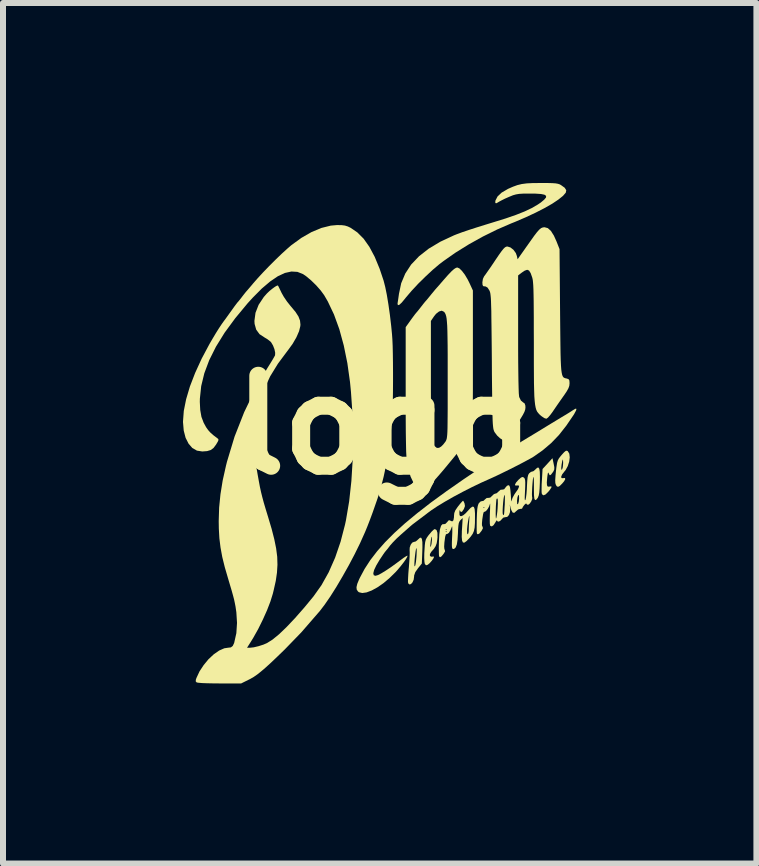
<source format=kicad_pcb>
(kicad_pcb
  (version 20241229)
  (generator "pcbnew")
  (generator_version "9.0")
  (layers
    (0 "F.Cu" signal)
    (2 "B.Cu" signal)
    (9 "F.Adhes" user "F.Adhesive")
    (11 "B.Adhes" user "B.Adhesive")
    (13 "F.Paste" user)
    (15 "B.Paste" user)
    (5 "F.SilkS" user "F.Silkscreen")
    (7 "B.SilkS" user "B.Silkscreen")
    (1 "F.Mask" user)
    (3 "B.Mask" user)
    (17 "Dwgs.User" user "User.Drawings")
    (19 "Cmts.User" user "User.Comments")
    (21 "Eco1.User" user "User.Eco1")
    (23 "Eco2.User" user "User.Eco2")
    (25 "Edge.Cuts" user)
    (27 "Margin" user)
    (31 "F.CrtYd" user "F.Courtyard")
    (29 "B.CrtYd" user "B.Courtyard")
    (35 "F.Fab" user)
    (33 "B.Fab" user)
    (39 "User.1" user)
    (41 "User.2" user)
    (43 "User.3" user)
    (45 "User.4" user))
  (footprint "logo"
    (layer "F.Cu")
    (at 3.326 4.034)
    (property "Reference" "logo" (at 0 0 0) (layer "F.SilkS") (effects (font (size 1.5 1.5) (thickness 0.3))))
    (attr board_only exclude_from_pos_files exclude_from_bom)
    (fp_poly (pts (xy 2.851 0.645) (xy 2.862 0.702) (xy 2.861 0.739) (xy 2.848 0.77) (xy 2.835 0.789) (xy 2.806 0.827) (xy 2.788 0.837) (xy 2.775 0.82) (xy 2.768 0.802) (xy 2.76 0.79) (xy 2.753 0.807) (xy 2.746 0.854) (xy 2.743 0.883) (xy 2.737 0.958) (xy 2.74 1.003) (xy 2.751 1.024) (xy 2.772 1.027) (xy 2.785 1.024) (xy 2.813 1.021) (xy 2.814 1.039) (xy 2.788 1.079) (xy 2.764 1.109) (xy 2.717 1.156) (xy 2.682 1.171) (xy 2.659 1.155) (xy 2.654 1.145) (xy 2.65 1.116) (xy 2.65 1.062) (xy 2.651 0.989) (xy 2.655 0.924) (xy 2.666 0.732) (xy 2.749 0.642) (xy 2.831 0.552)) (stroke (width 0) (type solid)) (fill yes) (layer "F.SilkS"))
    (fp_poly (pts (xy 3.087 0.436) (xy 3.112 0.477) (xy 3.119 0.538) (xy 3.11 0.61) (xy 3.086 0.684) (xy 3.05 0.75) (xy 3.03 0.774) (xy 2.994 0.82) (xy 2.977 0.858) (xy 2.98 0.882) (xy 3.005 0.886) (xy 3.011 0.884) (xy 3.04 0.882) (xy 3.044 0.902) (xy 3.025 0.937) (xy 2.992 0.976) (xy 2.951 1.016) (xy 2.923 1.03) (xy 2.901 1.018) (xy 2.888 0.996) (xy 2.879 0.967) (xy 2.877 0.918) (xy 2.882 0.844) (xy 2.889 0.772) (xy 2.896 0.709) (xy 2.978 0.709) (xy 2.979 0.742) (xy 2.988 0.743) (xy 2.993 0.735) (xy 3.003 0.702) (xy 3.008 0.651) (xy 3.009 0.63) (xy 3.007 0.585) (xy 3.004 0.572) (xy 2.998 0.588) (xy 2.993 0.604) (xy 2.983 0.662) (xy 2.978 0.709) (xy 2.896 0.709) (xy 2.899 0.689) (xy 2.908 0.631) (xy 2.92 0.59) (xy 2.938 0.556) (xy 2.964 0.522) (xy 2.984 0.498) (xy 3.026 0.452) (xy 3.053 0.43) (xy 3.072 0.427)) (stroke (width 0) (type solid)) (fill yes) (layer "F.SilkS"))
    (fp_poly (pts (xy 0.899 1.749) (xy 0.914 1.795) (xy 0.915 1.871) (xy 0.912 1.904) (xy 0.902 1.969) (xy 0.884 2.018) (xy 0.854 2.064) (xy 0.81 2.114) (xy 0.789 2.15) (xy 0.789 2.18) (xy 0.809 2.194) (xy 0.823 2.193) (xy 0.851 2.191) (xy 0.858 2.197) (xy 0.846 2.224) (xy 0.819 2.263) (xy 0.785 2.301) (xy 0.754 2.327) (xy 0.751 2.329) (xy 0.724 2.337) (xy 0.706 2.317) (xy 0.702 2.307) (xy 0.697 2.273) (xy 0.694 2.213) (xy 0.695 2.138) (xy 0.698 2.088) (xy 0.703 2.012) (xy 0.795 2.012) (xy 0.798 2.031) (xy 0.805 2.022) (xy 0.815 1.981) (xy 0.821 1.927) (xy 0.822 1.918) (xy 0.821 1.872) (xy 0.817 1.859) (xy 0.811 1.878) (xy 0.803 1.927) (xy 0.799 1.961) (xy 0.795 2.012) (xy 0.703 2.012) (xy 0.703 2.006) (xy 0.71 1.95) (xy 0.72 1.91) (xy 0.738 1.876) (xy 0.764 1.839) (xy 0.779 1.821) (xy 0.818 1.775) (xy 0.851 1.744) (xy 0.87 1.733)) (stroke (width 0) (type solid)) (fill yes) (layer "F.SilkS"))
    (fp_poly (pts (xy 0.655 1.899) (xy 0.663 1.95) (xy 0.664 2.033) (xy 0.662 2.107) (xy 0.654 2.308) (xy 0.59 2.387) (xy 0.545 2.451) (xy 0.526 2.506) (xy 0.525 2.524) (xy 0.518 2.577) (xy 0.499 2.621) (xy 0.474 2.649) (xy 0.449 2.657) (xy 0.428 2.639) (xy 0.426 2.633) (xy 0.423 2.606) (xy 0.425 2.551) (xy 0.429 2.477) (xy 0.436 2.39) (xy 0.438 2.372) (xy 0.443 2.305) (xy 0.53 2.305) (xy 0.531 2.347) (xy 0.538 2.355) (xy 0.539 2.354) (xy 0.547 2.33) (xy 0.556 2.28) (xy 0.563 2.212) (xy 0.566 2.171) (xy 0.569 2.098) (xy 0.567 2.058) (xy 0.563 2.05) (xy 0.556 2.07) (xy 0.548 2.118) (xy 0.539 2.192) (xy 0.535 2.233) (xy 0.53 2.305) (xy 0.443 2.305) (xy 0.445 2.281) (xy 0.45 2.199) (xy 0.452 2.133) (xy 0.451 2.093) (xy 0.45 2.09) (xy 0.452 2.042) (xy 0.468 1.995) (xy 0.493 1.96) (xy 0.522 1.947) (xy 0.525 1.947) (xy 0.554 1.939) (xy 0.587 1.911) (xy 0.59 1.908) (xy 0.62 1.88) (xy 0.641 1.876)) (stroke (width 0) (type solid)) (fill yes) (layer "F.SilkS"))
    (fp_poly (pts (xy 2.644 -4.034) (xy 2.75 -4.034) (xy 2.828 -4.032) (xy 2.883 -4.028) (xy 2.923 -4.021) (xy 2.953 -4.011) (xy 2.974 -3.999) (xy 3.035 -3.955) (xy 3.061 -3.914) (xy 3.053 -3.874) (xy 3.053 -3.873) (xy 3.007 -3.82) (xy 2.93 -3.758) (xy 2.827 -3.689) (xy 2.699 -3.616) (xy 2.551 -3.54) (xy 2.386 -3.463) (xy 2.207 -3.386) (xy 2.144 -3.361) (xy 1.911 -3.26) (xy 1.672 -3.142) (xy 1.438 -3.012) (xy 1.216 -2.874) (xy 1.016 -2.734) (xy 0.945 -2.68) (xy 0.834 -2.586) (xy 0.715 -2.475) (xy 0.595 -2.357) (xy 0.485 -2.239) (xy 0.392 -2.13) (xy 0.373 -2.106) (xy 0.319 -2.041) (xy 0.28 -2.005) (xy 0.256 -1.998) (xy 0.249 -2.021) (xy 0.252 -2.044) (xy 0.259 -2.089) (xy 0.268 -2.151) (xy 0.273 -2.187) (xy 0.31 -2.363) (xy 0.378 -2.525) (xy 0.476 -2.675) (xy 0.607 -2.813) (xy 0.769 -2.94) (xy 0.963 -3.056) (xy 1.19 -3.162) (xy 1.243 -3.183) (xy 1.327 -3.214) (xy 1.439 -3.252) (xy 1.572 -3.295) (xy 1.72 -3.341) (xy 1.847 -3.38) (xy 2.05 -3.443) (xy 2.223 -3.503) (xy 2.367 -3.56) (xy 2.487 -3.617) (xy 2.585 -3.674) (xy 2.638 -3.71) (xy 2.694 -3.757) (xy 2.724 -3.793) (xy 2.725 -3.82) (xy 2.698 -3.839) (xy 2.64 -3.851) (xy 2.55 -3.857) (xy 2.433 -3.858) (xy 2.342 -3.857) (xy 2.276 -3.853) (xy 2.223 -3.844) (xy 2.173 -3.83) (xy 2.117 -3.807) (xy 2.105 -3.802) (xy 2.039 -3.773) (xy 1.981 -3.744) (xy 1.942 -3.723) (xy 1.939 -3.721) (xy 1.898 -3.697) (xy 1.879 -3.7) (xy 1.879 -3.731) (xy 1.881 -3.742) (xy 1.916 -3.81) (xy 1.984 -3.874) (xy 2.085 -3.933) (xy 2.09 -3.936) (xy 2.172 -3.972) (xy 2.246 -3.999) (xy 2.32 -4.017) (xy 2.403 -4.028) (xy 2.504 -4.033) (xy 2.629 -4.034)) (stroke (width 0) (type solid)) (fill yes) (layer "F.SilkS"))
    (fp_poly (pts (xy 3.231 -0.27) (xy 3.224 -0.242) (xy 3.195 -0.188) (xy 3.185 -0.171) (xy 3.061 0.011) (xy 2.939 0.166) (xy 2.81 0.3) (xy 2.67 0.419) (xy 2.521 0.524) (xy 2.474 0.552) (xy 2.402 0.591) (xy 2.312 0.639) (xy 2.211 0.691) (xy 2.104 0.745) (xy 2 0.796) (xy 1.905 0.842) (xy 1.825 0.879) (xy 1.794 0.893) (xy 1.644 0.96) (xy 1.488 1.035) (xy 1.331 1.115) (xy 1.18 1.196) (xy 1.04 1.276) (xy 0.916 1.351) (xy 0.815 1.418) (xy 0.754 1.463) (xy 0.727 1.484) (xy 0.681 1.519) (xy 0.625 1.561) (xy 0.613 1.57) (xy 0.553 1.615) (xy 0.498 1.657) (xy 0.46 1.689) (xy 0.457 1.692) (xy 0.424 1.721) (xy 0.374 1.765) (xy 0.316 1.816) (xy 0.298 1.832) (xy 0.235 1.89) (xy 0.175 1.951) (xy 0.128 2.004) (xy 0.121 2.013) (xy 0.087 2.058) (xy 0.06 2.09) (xy 0.051 2.101) (xy 0.037 2.118) (xy 0.009 2.158) (xy -0.028 2.214) (xy -0.049 2.245) (xy -0.105 2.339) (xy -0.141 2.415) (xy -0.155 2.47) (xy -0.147 2.503) (xy -0.118 2.512) (xy -0.077 2.5) (xy -0.021 2.471) (xy 0.054 2.425) (xy 0.141 2.367) (xy 0.232 2.301) (xy 0.295 2.254) (xy 0.347 2.215) (xy 0.389 2.188) (xy 0.412 2.176) (xy 0.415 2.177) (xy 0.411 2.196) (xy 0.388 2.236) (xy 0.35 2.29) (xy 0.3 2.354) (xy 0.244 2.42) (xy 0.217 2.45) (xy 0.116 2.549) (xy 0.014 2.635) (xy -0.087 2.705) (xy -0.182 2.757) (xy -0.267 2.789) (xy -0.339 2.799) (xy -0.394 2.786) (xy -0.41 2.773) (xy -0.431 2.742) (xy -0.435 2.702) (xy -0.422 2.646) (xy -0.39 2.569) (xy -0.377 2.542) (xy -0.299 2.396) (xy -0.204 2.25) (xy -0.091 2.103) (xy 0.042 1.952) (xy 0.197 1.797) (xy 0.375 1.636) (xy 0.578 1.468) (xy 0.807 1.29) (xy 1.064 1.103) (xy 1.351 0.903) (xy 1.532 0.781) (xy 1.672 0.688) (xy 1.815 0.594) (xy 1.958 0.502) (xy 2.094 0.414) (xy 2.219 0.335) (xy 2.326 0.268) (xy 2.412 0.216) (xy 2.437 0.201) (xy 2.461 0.187) (xy 2.51 0.157) (xy 2.578 0.116) (xy 2.658 0.067) (xy 2.725 0.026) (xy 2.815 -0.029) (xy 2.901 -0.081) (xy 2.975 -0.126) (xy 3.03 -0.159) (xy 3.054 -0.173) (xy 3.109 -0.207) (xy 3.162 -0.241) (xy 3.174 -0.249) (xy 3.214 -0.273)) (stroke (width 0) (type solid)) (fill yes) (layer "F.SilkS"))
    (fp_poly (pts (xy 1.28 -2.611) (xy 1.323 -2.569) (xy 1.371 -2.506) (xy 1.418 -2.427) (xy 1.447 -2.369) (xy 1.505 -2.243) (xy 1.505 -1.068) (xy 1.505 -0.815) (xy 1.505 -0.596) (xy 1.504 -0.409) (xy 1.502 -0.252) (xy 1.5 -0.124) (xy 1.498 -0.022) (xy 1.495 0.054) (xy 1.492 0.107) (xy 1.488 0.137) (xy 1.485 0.145) (xy 1.458 0.187) (xy 1.413 0.251) (xy 1.351 0.332) (xy 1.278 0.425) (xy 1.198 0.526) (xy 1.113 0.629) (xy 1.028 0.732) (xy 0.947 0.827) (xy 0.872 0.912) (xy 0.809 0.981) (xy 0.798 0.993) (xy 0.745 1.045) (xy 0.705 1.073) (xy 0.67 1.084) (xy 0.657 1.085) (xy 0.613 1.078) (xy 0.586 1.063) (xy 0.519 0.969) (xy 0.467 0.86) (xy 0.427 0.728) (xy 0.411 0.65) (xy 0.405 0.615) (xy 0.4 0.571) (xy 0.397 0.515) (xy 0.393 0.443) (xy 0.391 0.355) (xy 0.389 0.246) (xy 0.387 0.114) (xy 0.386 -0.044) (xy 0.385 -0.229) (xy 0.385 -0.446) (xy 0.385 -0.558) (xy 0.385 -1.632) (xy 0.459 -1.735) (xy 0.805 -1.735) (xy 0.805 -0.799) (xy 0.805 -0.574) (xy 0.806 -0.382) (xy 0.807 -0.22) (xy 0.81 -0.084) (xy 0.813 0.027) (xy 0.817 0.117) (xy 0.822 0.189) (xy 0.829 0.244) (xy 0.838 0.285) (xy 0.848 0.317) (xy 0.86 0.34) (xy 0.871 0.354) (xy 0.905 0.381) (xy 0.941 0.379) (xy 0.975 0.359) (xy 1.009 0.326) (xy 1.044 0.281) (xy 1.049 0.274) (xy 1.057 0.26) (xy 1.063 0.245) (xy 1.069 0.226) (xy 1.073 0.2) (xy 1.077 0.164) (xy 1.08 0.115) (xy 1.082 0.05) (xy 1.083 -0.034) (xy 1.084 -0.139) (xy 1.085 -0.268) (xy 1.085 -0.425) (xy 1.085 -0.611) (xy 1.085 -0.765) (xy 1.085 -0.985) (xy 1.085 -1.173) (xy 1.084 -1.331) (xy 1.082 -1.462) (xy 1.08 -1.569) (xy 1.077 -1.655) (xy 1.072 -1.723) (xy 1.067 -1.775) (xy 1.06 -1.814) (xy 1.051 -1.843) (xy 1.041 -1.865) (xy 1.029 -1.882) (xy 1.023 -1.888) (xy 0.986 -1.906) (xy 0.941 -1.893) (xy 0.891 -1.854) (xy 0.858 -1.813) (xy 0.805 -1.735) (xy 0.459 -1.735) (xy 0.464 -1.743) (xy 0.505 -1.799) (xy 0.54 -1.846) (xy 0.563 -1.874) (xy 0.565 -1.876) (xy 0.588 -1.903) (xy 0.622 -1.946) (xy 0.647 -1.978) (xy 0.682 -2.023) (xy 0.708 -2.055) (xy 0.718 -2.066) (xy 0.733 -2.083) (xy 0.763 -2.119) (xy 0.803 -2.168) (xy 0.805 -2.171) (xy 0.845 -2.219) (xy 0.876 -2.257) (xy 0.892 -2.275) (xy 0.893 -2.276) (xy 0.907 -2.292) (xy 0.939 -2.328) (xy 0.983 -2.379) (xy 1.015 -2.416) (xy 1.09 -2.501) (xy 1.147 -2.561) (xy 1.191 -2.6) (xy 1.223 -2.62) (xy 1.245 -2.626)) (stroke (width 0) (type solid)) (fill yes) (layer "F.SilkS"))
    (fp_poly (pts (xy 1.352 1.275) (xy 1.366 1.306) (xy 1.373 1.35) (xy 1.356 1.396) (xy 1.353 1.402) (xy 1.325 1.442) (xy 1.305 1.45) (xy 1.291 1.426) (xy 1.29 1.422) (xy 1.285 1.417) (xy 1.281 1.442) (xy 1.28 1.456) (xy 1.282 1.499) (xy 1.293 1.516) (xy 1.313 1.518) (xy 1.343 1.504) (xy 1.384 1.47) (xy 1.419 1.432) (xy 1.465 1.382) (xy 1.498 1.359) (xy 1.521 1.364) (xy 1.534 1.4) (xy 1.54 1.469) (xy 1.54 1.531) (xy 1.539 1.634) (xy 1.534 1.709) (xy 1.522 1.766) (xy 1.502 1.812) (xy 1.471 1.856) (xy 1.449 1.882) (xy 1.4 1.933) (xy 1.364 1.959) (xy 1.339 1.957) (xy 1.325 1.926) (xy 1.319 1.864) (xy 1.321 1.79) (xy 1.408 1.79) (xy 1.413 1.818) (xy 1.417 1.821) (xy 1.429 1.805) (xy 1.435 1.768) (xy 1.435 1.762) (xy 1.437 1.712) (xy 1.44 1.645) (xy 1.444 1.591) (xy 1.447 1.536) (xy 1.447 1.514) (xy 1.442 1.522) (xy 1.437 1.54) (xy 1.424 1.606) (xy 1.414 1.676) (xy 1.408 1.739) (xy 1.408 1.79) (xy 1.321 1.79) (xy 1.321 1.77) (xy 1.324 1.727) (xy 1.335 1.549) (xy 1.298 1.584) (xy 1.282 1.605) (xy 1.27 1.633) (xy 1.263 1.676) (xy 1.258 1.742) (xy 1.256 1.803) (xy 1.249 1.913) (xy 1.237 1.991) (xy 1.218 2.04) (xy 1.193 2.063) (xy 1.178 2.066) (xy 1.166 2.062) (xy 1.159 2.047) (xy 1.155 2.016) (xy 1.155 1.962) (xy 1.158 1.879) (xy 1.159 1.86) (xy 1.162 1.784) (xy 1.162 1.726) (xy 1.161 1.693) (xy 1.157 1.688) (xy 1.157 1.689) (xy 1.132 1.752) (xy 1.105 1.796) (xy 1.08 1.814) (xy 1.074 1.813) (xy 1.055 1.822) (xy 1.043 1.861) (xy 1.03 1.959) (xy 1.026 2.027) (xy 1.03 2.068) (xy 1.037 2.08) (xy 1.041 2.106) (xy 1.016 2.147) (xy 1.013 2.151) (xy 0.979 2.191) (xy 0.957 2.203) (xy 0.944 2.19) (xy 0.941 2.184) (xy 0.939 2.159) (xy 0.938 2.106) (xy 0.937 2.034) (xy 0.939 1.949) (xy 0.939 1.946) (xy 0.945 1.823) (xy 0.951 1.777) (xy 1.05 1.777) (xy 1.059 1.786) (xy 1.068 1.777) (xy 1.059 1.768) (xy 1.05 1.777) (xy 0.951 1.777) (xy 0.955 1.742) (xy 1.05 1.742) (xy 1.059 1.751) (xy 1.068 1.742) (xy 1.059 1.733) (xy 1.05 1.742) (xy 0.955 1.742) (xy 0.957 1.734) (xy 0.975 1.677) (xy 1 1.651) (xy 1.024 1.652) (xy 1.049 1.645) (xy 1.076 1.617) (xy 1.101 1.588) (xy 1.122 1.588) (xy 1.129 1.593) (xy 1.16 1.606) (xy 1.181 1.586) (xy 1.19 1.535) (xy 1.19 1.515) (xy 1.195 1.466) (xy 1.212 1.422) (xy 1.247 1.37) (xy 1.262 1.35) (xy 1.299 1.304) (xy 1.328 1.272) (xy 1.341 1.26)) (stroke (width 0) (type solid)) (fill yes) (layer "F.SilkS"))
    (fp_poly (pts (xy 2.754 -3.282) (xy 2.805 -3.236) (xy 2.855 -3.157) (xy 2.9 -3.057) (xy 2.949 -2.932) (xy 2.958 -1.899) (xy 2.96 -1.676) (xy 2.962 -1.485) (xy 2.964 -1.323) (xy 2.966 -1.189) (xy 2.969 -1.08) (xy 2.973 -0.992) (xy 2.978 -0.924) (xy 2.985 -0.873) (xy 2.993 -0.836) (xy 3.003 -0.811) (xy 3.015 -0.795) (xy 3.03 -0.786) (xy 3.047 -0.78) (xy 3.067 -0.776) (xy 3.068 -0.776) (xy 3.099 -0.765) (xy 3.113 -0.743) (xy 3.116 -0.698) (xy 3.116 -0.696) (xy 3.112 -0.656) (xy 3.098 -0.615) (xy 3.07 -0.564) (xy 3.024 -0.495) (xy 3.015 -0.483) (xy 2.96 -0.405) (xy 2.901 -0.32) (xy 2.849 -0.244) (xy 2.836 -0.224) (xy 2.793 -0.166) (xy 2.756 -0.124) (xy 2.73 -0.106) (xy 2.727 -0.106) (xy 2.696 -0.116) (xy 2.654 -0.144) (xy 2.635 -0.159) (xy 2.612 -0.18) (xy 2.593 -0.201) (xy 2.576 -0.224) (xy 2.562 -0.253) (xy 2.551 -0.291) (xy 2.542 -0.339) (xy 2.535 -0.401) (xy 2.529 -0.48) (xy 2.526 -0.577) (xy 2.523 -0.697) (xy 2.522 -0.842) (xy 2.521 -1.014) (xy 2.521 -1.216) (xy 2.521 -1.382) (xy 2.52 -1.6) (xy 2.52 -1.786) (xy 2.519 -1.943) (xy 2.518 -2.073) (xy 2.516 -2.178) (xy 2.514 -2.263) (xy 2.511 -2.33) (xy 2.507 -2.38) (xy 2.503 -2.418) (xy 2.497 -2.446) (xy 2.494 -2.458) (xy 2.468 -2.532) (xy 2.441 -2.575) (xy 2.41 -2.588) (xy 2.368 -2.573) (xy 2.323 -2.543) (xy 2.259 -2.494) (xy 2.259 -1.514) (xy 2.259 -1.273) (xy 2.26 -1.062) (xy 2.262 -0.881) (xy 2.264 -0.732) (xy 2.267 -0.614) (xy 2.27 -0.53) (xy 2.275 -0.479) (xy 2.277 -0.467) (xy 2.305 -0.409) (xy 2.338 -0.381) (xy 2.367 -0.361) (xy 2.379 -0.327) (xy 2.381 -0.293) (xy 2.377 -0.259) (xy 2.364 -0.22) (xy 2.339 -0.171) (xy 2.299 -0.105) (xy 2.254 -0.038) (xy 2.174 0.079) (xy 2.112 0.167) (xy 2.067 0.226) (xy 2.039 0.257) (xy 2.03 0.263) (xy 2.012 0.254) (xy 1.975 0.231) (xy 1.958 0.22) (xy 1.909 0.175) (xy 1.868 0.12) (xy 1.862 0.11) (xy 1.856 0.095) (xy 1.85 0.077) (xy 1.845 0.054) (xy 1.841 0.021) (xy 1.837 -0.022) (xy 1.834 -0.078) (xy 1.832 -0.152) (xy 1.829 -0.244) (xy 1.827 -0.358) (xy 1.826 -0.496) (xy 1.824 -0.662) (xy 1.822 -0.857) (xy 1.821 -1.068) (xy 1.819 -1.293) (xy 1.817 -1.487) (xy 1.815 -1.651) (xy 1.813 -1.787) (xy 1.812 -1.9) (xy 1.809 -1.991) (xy 1.807 -2.063) (xy 1.804 -2.118) (xy 1.8 -2.16) (xy 1.796 -2.192) (xy 1.791 -2.215) (xy 1.785 -2.232) (xy 1.779 -2.245) (xy 1.749 -2.291) (xy 1.717 -2.31) (xy 1.705 -2.311) (xy 1.677 -2.315) (xy 1.666 -2.335) (xy 1.663 -2.378) (xy 1.672 -2.436) (xy 1.693 -2.481) (xy 1.694 -2.481) (xy 1.714 -2.508) (xy 1.749 -2.558) (xy 1.796 -2.625) (xy 1.849 -2.703) (xy 1.878 -2.747) (xy 1.937 -2.834) (xy 1.982 -2.897) (xy 2.015 -2.938) (xy 2.04 -2.962) (xy 2.061 -2.973) (xy 2.08 -2.976) (xy 2.131 -2.96) (xy 2.181 -2.921) (xy 2.221 -2.866) (xy 2.238 -2.818) (xy 2.25 -2.763) (xy 2.31 -2.848) (xy 2.349 -2.903) (xy 2.398 -2.973) (xy 2.45 -3.046) (xy 2.462 -3.063) (xy 2.525 -3.152) (xy 2.574 -3.216) (xy 2.612 -3.258) (xy 2.643 -3.283) (xy 2.672 -3.294) (xy 2.699 -3.297)) (stroke (width 0) (type solid)) (fill yes) (layer "F.SilkS"))
    (fp_poly (pts (xy 2.612 0.73) (xy 2.62 0.779) (xy 2.622 0.859) (xy 2.621 0.956) (xy 2.617 1.055) (xy 2.611 1.126) (xy 2.602 1.174) (xy 2.589 1.207) (xy 2.585 1.215) (xy 2.559 1.246) (xy 2.541 1.25) (xy 2.529 1.224) (xy 2.523 1.167) (xy 2.522 1.078) (xy 2.522 1.057) (xy 2.522 0.98) (xy 2.521 0.918) (xy 2.518 0.876) (xy 2.516 0.864) (xy 2.51 0.875) (xy 2.504 0.912) (xy 2.499 0.967) (xy 2.494 1.031) (xy 2.491 1.096) (xy 2.489 1.152) (xy 2.491 1.193) (xy 2.494 1.206) (xy 2.493 1.234) (xy 2.477 1.273) (xy 2.452 1.309) (xy 2.426 1.329) (xy 2.421 1.33) (xy 2.4 1.318) (xy 2.398 1.31) (xy 2.389 1.307) (xy 2.366 1.327) (xy 2.363 1.33) (xy 2.338 1.364) (xy 2.328 1.387) (xy 2.314 1.397) (xy 2.295 1.397) (xy 2.26 1.406) (xy 2.226 1.435) (xy 2.195 1.463) (xy 2.168 1.458) (xy 2.146 1.419) (xy 2.134 1.38) (xy 2.119 1.322) (xy 2.126 1.389) (xy 2.124 1.449) (xy 2.106 1.499) (xy 2.078 1.53) (xy 2.046 1.535) (xy 2.011 1.543) (xy 1.987 1.569) (xy 1.958 1.599) (xy 1.929 1.61) (xy 1.91 1.601) (xy 1.908 1.589) (xy 1.901 1.588) (xy 1.885 1.612) (xy 1.88 1.622) (xy 1.85 1.668) (xy 1.821 1.689) (xy 1.797 1.681) (xy 1.791 1.67) (xy 1.787 1.641) (xy 1.786 1.587) (xy 1.787 1.515) (xy 1.788 1.48) (xy 1.885 1.48) (xy 1.886 1.529) (xy 1.889 1.556) (xy 1.89 1.558) (xy 1.897 1.542) (xy 1.905 1.498) (xy 1.913 1.436) (xy 1.914 1.419) (xy 2.001 1.419) (xy 2.001 1.467) (xy 2.005 1.489) (xy 2.014 1.5) (xy 2.02 1.498) (xy 2.025 1.478) (xy 2.029 1.435) (xy 2.033 1.363) (xy 2.036 1.326) (xy 2.038 1.255) (xy 2.038 1.2) (xy 2.035 1.168) (xy 2.032 1.163) (xy 2.024 1.184) (xy 2.016 1.23) (xy 2.009 1.291) (xy 2.004 1.357) (xy 2.001 1.419) (xy 1.914 1.419) (xy 1.916 1.399) (xy 1.921 1.307) (xy 1.92 1.248) (xy 1.913 1.223) (xy 1.902 1.227) (xy 1.896 1.248) (xy 1.892 1.293) (xy 1.888 1.353) (xy 1.886 1.418) (xy 1.885 1.48) (xy 1.788 1.48) (xy 1.789 1.456) (xy 1.792 1.385) (xy 1.793 1.335) (xy 1.793 1.309) (xy 1.79 1.313) (xy 1.776 1.355) (xy 1.752 1.398) (xy 1.725 1.431) (xy 1.703 1.445) (xy 1.698 1.444) (xy 1.685 1.452) (xy 1.675 1.486) (xy 1.674 1.492) (xy 1.661 1.577) (xy 1.656 1.634) (xy 1.656 1.669) (xy 1.662 1.689) (xy 1.667 1.695) (xy 1.672 1.72) (xy 1.65 1.762) (xy 1.646 1.767) (xy 1.613 1.808) (xy 1.588 1.82) (xy 1.573 1.812) (xy 1.57 1.792) (xy 1.568 1.745) (xy 1.568 1.675) (xy 1.569 1.592) (xy 1.569 1.576) (xy 1.573 1.474) (xy 1.578 1.4) (xy 1.582 1.374) (xy 1.68 1.374) (xy 1.689 1.383) (xy 1.698 1.374) (xy 1.689 1.365) (xy 1.68 1.374) (xy 1.582 1.374) (xy 1.586 1.35) (xy 1.597 1.316) (xy 1.604 1.303) (xy 1.631 1.275) (xy 1.656 1.267) (xy 1.656 1.268) (xy 1.683 1.262) (xy 1.705 1.24) (xy 1.737 1.214) (xy 1.76 1.214) (xy 1.794 1.209) (xy 1.824 1.181) (xy 1.854 1.152) (xy 1.878 1.142) (xy 1.879 1.143) (xy 1.903 1.135) (xy 1.932 1.108) (xy 1.967 1.078) (xy 1.994 1.076) (xy 2.026 1.07) (xy 2.048 1.041) (xy 2.074 1.011) (xy 2.1 1.002) (xy 2.114 1.012) (xy 2.124 1.04) (xy 2.131 1.092) (xy 2.137 1.164) (xy 2.141 1.226) (xy 2.145 1.264) (xy 2.149 1.275) (xy 2.149 1.269) (xy 2.241 1.269) (xy 2.243 1.311) (xy 2.251 1.321) (xy 2.258 1.313) (xy 2.269 1.279) (xy 2.275 1.228) (xy 2.275 1.217) (xy 2.273 1.175) (xy 2.266 1.164) (xy 2.258 1.173) (xy 2.247 1.207) (xy 2.241 1.257) (xy 2.241 1.269) (xy 2.149 1.269) (xy 2.15 1.266) (xy 2.164 1.216) (xy 2.197 1.155) (xy 2.214 1.13) (xy 2.256 1.07) (xy 2.274 1.027) (xy 2.269 1.006) (xy 2.241 1.007) (xy 2.212 1.008) (xy 2.207 0.99) (xy 2.226 0.956) (xy 2.266 0.911) (xy 2.266 0.911) (xy 2.305 0.877) (xy 2.329 0.865) (xy 2.35 0.872) (xy 2.355 0.876) (xy 2.368 0.891) (xy 2.375 0.916) (xy 2.378 0.956) (xy 2.377 1.019) (xy 2.374 1.093) (xy 2.37 1.177) (xy 2.369 1.229) (xy 2.372 1.252) (xy 2.379 1.249) (xy 2.382 1.243) (xy 2.39 1.207) (xy 2.398 1.146) (xy 2.404 1.07) (xy 2.406 1.018) (xy 2.411 0.93) (xy 2.417 0.87) (xy 2.427 0.83) (xy 2.442 0.805) (xy 2.443 0.804) (xy 2.473 0.78) (xy 2.492 0.775) (xy 2.515 0.768) (xy 2.546 0.741) (xy 2.55 0.736) (xy 2.578 0.711) (xy 2.598 0.708)) (stroke (width 0) (type solid)) (fill yes) (layer "F.SilkS"))
    (fp_poly (pts (xy -0.684 -3.332) (xy -0.628 -3.325) (xy -0.58 -3.31) (xy -0.534 -3.288) (xy -0.421 -3.211) (xy -0.316 -3.106) (xy -0.22 -2.97) (xy -0.131 -2.803) (xy -0.049 -2.604) (xy 0.017 -2.407) (xy 0.044 -2.302) (xy 0.071 -2.169) (xy 0.097 -2.011) (xy 0.122 -1.835) (xy 0.144 -1.647) (xy 0.157 -1.514) (xy 0.163 -1.431) (xy 0.168 -1.32) (xy 0.171 -1.187) (xy 0.173 -1.038) (xy 0.174 -0.88) (xy 0.174 -0.719) (xy 0.173 -0.561) (xy 0.171 -0.413) (xy 0.168 -0.28) (xy 0.164 -0.17) (xy 0.158 -0.088) (xy 0.158 -0.084) (xy 0.141 0.082) (xy 0.125 0.229) (xy 0.111 0.353) (xy 0.097 0.449) (xy 0.088 0.508) (xy 0.076 0.569) (xy 0.062 0.645) (xy 0.051 0.7) (xy 0.035 0.78) (xy 0.017 0.863) (xy 0.005 0.91) (xy -0.012 0.975) (xy -0.027 1.034) (xy -0.034 1.059) (xy -0.055 1.131) (xy -0.085 1.226) (xy -0.124 1.338) (xy -0.166 1.458) (xy -0.21 1.577) (xy -0.253 1.688) (xy -0.292 1.783) (xy -0.297 1.794) (xy -0.375 1.968) (xy -0.465 2.151) (xy -0.563 2.337) (xy -0.666 2.52) (xy -0.769 2.695) (xy -0.87 2.855) (xy -0.965 2.993) (xy -1.045 3.098) (xy -1.354 3.454) (xy -1.63 3.739) (xy -1.756 3.861) (xy -1.862 3.962) (xy -1.95 4.042) (xy -2.025 4.106) (xy -2.089 4.157) (xy -2.147 4.197) (xy -2.202 4.229) (xy -2.232 4.244) (xy -2.357 4.306) (xy -2.715 4.306) (xy -2.824 4.305) (xy -2.923 4.303) (xy -3.005 4.3) (xy -3.064 4.295) (xy -3.096 4.29) (xy -3.098 4.289) (xy -3.114 4.272) (xy -3.112 4.244) (xy -3.103 4.217) (xy -3.051 4.105) (xy -2.981 3.999) (xy -2.901 3.902) (xy -2.813 3.82) (xy -2.724 3.758) (xy -2.638 3.72) (xy -2.578 3.711) (xy -2.528 3.705) (xy -2.497 3.681) (xy -2.474 3.632) (xy -2.472 3.624) (xy -2.437 3.468) (xy -2.426 3.297) (xy -2.437 3.12) (xy -2.441 3.093) (xy -2.451 3.024) (xy -2.463 2.963) (xy -2.476 2.902) (xy -2.494 2.834) (xy -2.517 2.752) (xy -2.548 2.648) (xy -2.574 2.56) (xy -2.63 2.368) (xy -2.672 2.198) (xy -2.701 2.04) (xy -2.72 1.886) (xy -2.729 1.726) (xy -2.731 1.601) (xy -2.724 1.376) (xy -2.702 1.154) (xy -2.665 0.924) (xy -2.61 0.678) (xy -2.593 0.61) (xy -2.467 0.193) (xy -2.307 -0.214) (xy -2.117 -0.608) (xy -1.919 -0.951) (xy -1.873 -1.024) (xy -1.834 -1.088) (xy -1.806 -1.137) (xy -1.792 -1.163) (xy -1.792 -1.163) (xy -1.79 -1.206) (xy -1.802 -1.264) (xy -1.826 -1.326) (xy -1.856 -1.377) (xy -1.867 -1.39) (xy -1.915 -1.428) (xy -1.966 -1.459) (xy -2.051 -1.515) (xy -2.106 -1.59) (xy -2.133 -1.686) (xy -2.136 -1.736) (xy -2.118 -1.871) (xy -2.066 -2.004) (xy -1.98 -2.134) (xy -1.927 -2.194) (xy -1.885 -2.234) (xy -1.837 -2.273) (xy -1.793 -2.305) (xy -1.759 -2.324) (xy -1.744 -2.326) (xy -1.734 -2.308) (xy -1.714 -2.267) (xy -1.687 -2.211) (xy -1.685 -2.206) (xy -1.646 -2.137) (xy -1.593 -2.059) (xy -1.535 -1.986) (xy -1.524 -1.973) (xy -1.45 -1.884) (xy -1.402 -1.809) (xy -1.376 -1.741) (xy -1.369 -1.675) (xy -1.371 -1.649) (xy -1.392 -1.564) (xy -1.436 -1.463) (xy -1.499 -1.354) (xy -1.579 -1.244) (xy -1.587 -1.234) (xy -1.744 -1.023) (xy -1.873 -0.813) (xy -1.976 -0.593) (xy -2.06 -0.356) (xy -2.102 -0.201) (xy -2.118 -0.13) (xy -2.129 -0.061) (xy -2.136 0.015) (xy -2.139 0.106) (xy -2.141 0.222) (xy -2.141 0.236) (xy -2.139 0.341) (xy -2.136 0.441) (xy -2.131 0.528) (xy -2.125 0.592) (xy -2.121 0.613) (xy -2.107 0.688) (xy -2.091 0.772) (xy -2.084 0.814) (xy -2.063 0.931) (xy -2.045 1.028) (xy -2.026 1.115) (xy -2.005 1.2) (xy -1.98 1.293) (xy -1.948 1.401) (xy -1.908 1.532) (xy -1.849 1.73) (xy -1.805 1.902) (xy -1.774 2.055) (xy -1.756 2.195) (xy -1.752 2.328) (xy -1.76 2.459) (xy -1.78 2.596) (xy -1.813 2.744) (xy -1.829 2.81) (xy -1.869 2.939) (xy -1.926 3.087) (xy -1.996 3.243) (xy -2.073 3.399) (xy -2.155 3.545) (xy -2.196 3.612) (xy -2.259 3.711) (xy -2.211 3.711) (xy -2.147 3.704) (xy -2.067 3.685) (xy -1.986 3.659) (xy -1.926 3.633) (xy -1.834 3.575) (xy -1.725 3.486) (xy -1.601 3.367) (xy -1.459 3.217) (xy -1.301 3.037) (xy -1.152 2.856) (xy -1.019 2.669) (xy -0.898 2.453) (xy -0.791 2.21) (xy -0.7 1.944) (xy -0.626 1.659) (xy -0.61 1.584) (xy -0.557 1.271) (xy -0.52 0.932) (xy -0.498 0.574) (xy -0.492 0.203) (xy -0.501 -0.175) (xy -0.527 -0.554) (xy -0.543 -0.718) (xy -0.587 -1.032) (xy -0.647 -1.327) (xy -0.721 -1.598) (xy -0.81 -1.843) (xy -0.913 -2.06) (xy -0.974 -2.165) (xy -1.032 -2.244) (xy -1.107 -2.329) (xy -1.19 -2.41) (xy -1.272 -2.479) (xy -1.326 -2.516) (xy -1.419 -2.553) (xy -1.519 -2.559) (xy -1.628 -2.535) (xy -1.746 -2.48) (xy -1.874 -2.393) (xy -2.013 -2.275) (xy -2.163 -2.124) (xy -2.248 -2.031) (xy -2.456 -1.78) (xy -2.633 -1.539) (xy -2.777 -1.306) (xy -2.889 -1.082) (xy -2.971 -0.863) (xy -3.023 -0.649) (xy -3.045 -0.439) (xy -3.046 -0.385) (xy -3.039 -0.25) (xy -3.019 -0.137) (xy -2.982 -0.039) (xy -2.941 0.036) (xy -2.906 0.085) (xy -2.87 0.125) (xy -2.823 0.167) (xy -2.758 0.216) (xy -2.739 0.232) (xy -2.735 0.249) (xy -2.746 0.276) (xy -2.774 0.323) (xy -2.775 0.325) (xy -2.817 0.381) (xy -2.864 0.416) (xy -2.925 0.434) (xy -3.005 0.44) (xy -3.094 0.426) (xy -3.171 0.382) (xy -3.234 0.309) (xy -3.283 0.212) (xy -3.314 0.092) (xy -3.326 -0.048) (xy -3.326 -0.061) (xy -3.313 -0.236) (xy -3.274 -0.431) (xy -3.211 -0.643) (xy -3.124 -0.869) (xy -3.015 -1.107) (xy -2.884 -1.353) (xy -2.826 -1.452) (xy -2.777 -1.534) (xy -2.728 -1.612) (xy -2.685 -1.677) (xy -2.654 -1.721) (xy -2.616 -1.772) (xy -2.568 -1.839) (xy -2.52 -1.906) (xy -2.516 -1.911) (xy -2.475 -1.969) (xy -2.439 -2.017) (xy -2.415 -2.048) (xy -2.411 -2.051) (xy -2.388 -2.079) (xy -2.354 -2.122) (xy -2.342 -2.138) (xy -2.307 -2.183) (xy -2.279 -2.218) (xy -2.272 -2.226) (xy -2.25 -2.251) (xy -2.214 -2.293) (xy -2.169 -2.346) (xy -2.162 -2.355) (xy -2.086 -2.442) (xy -1.994 -2.542) (xy -1.891 -2.649) (xy -1.785 -2.755) (xy -1.682 -2.854) (xy -1.59 -2.938) (xy -1.523 -2.996) (xy -1.354 -3.119) (xy -1.185 -3.216) (xy -1.02 -3.285) (xy -0.863 -3.324) (xy -0.761 -3.333)) (stroke (width 0) (type solid)) (fill yes) (layer "F.SilkS")))
  (gr_rect
    (start -3 -3)
    (end 9.556 11.341)
    (stroke (width 0.1) (type default))
    (fill no)
    (layer "Edge.Cuts")))
</source>
